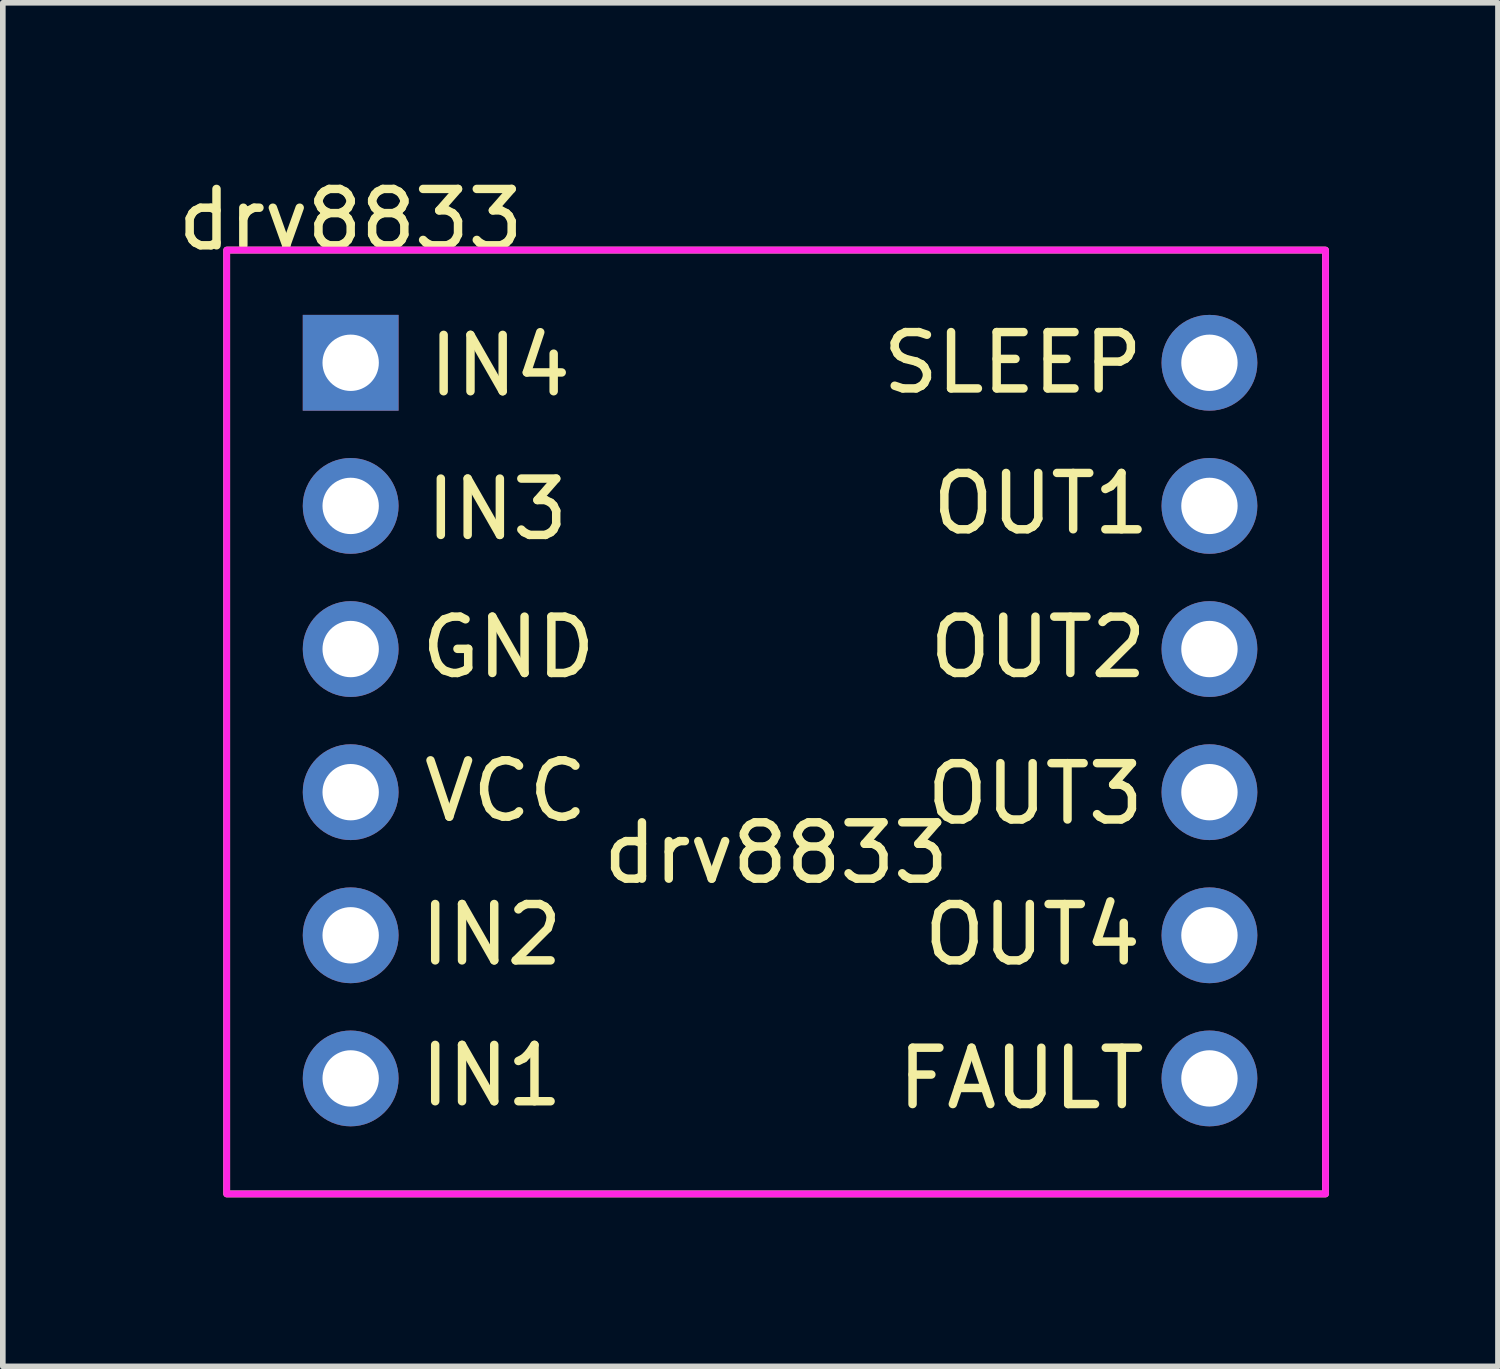
<source format=kicad_pcb>
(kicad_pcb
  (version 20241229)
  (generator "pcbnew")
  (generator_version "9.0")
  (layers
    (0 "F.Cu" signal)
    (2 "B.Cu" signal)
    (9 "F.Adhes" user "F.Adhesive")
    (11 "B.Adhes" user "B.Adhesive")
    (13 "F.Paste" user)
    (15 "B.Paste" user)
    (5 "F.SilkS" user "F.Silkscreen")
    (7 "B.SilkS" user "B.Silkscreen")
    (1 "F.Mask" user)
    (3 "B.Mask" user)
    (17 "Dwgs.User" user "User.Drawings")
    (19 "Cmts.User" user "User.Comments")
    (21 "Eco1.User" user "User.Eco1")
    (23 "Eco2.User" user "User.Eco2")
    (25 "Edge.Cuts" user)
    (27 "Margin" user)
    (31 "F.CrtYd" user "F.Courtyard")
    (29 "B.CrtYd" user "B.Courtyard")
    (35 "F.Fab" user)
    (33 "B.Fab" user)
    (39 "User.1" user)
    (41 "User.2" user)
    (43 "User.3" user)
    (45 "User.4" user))
  (footprint "drv8833"
    (layer "F.Cu")
    (at 3.173 3.388)
    (property "Reference" "drv8833" (at 0 -2.54 0) (unlocked yes) (layer "F.SilkS") (effects (font (size 1 1) (thickness 0.15))))
    (attr through_hole)
    (fp_rect (start -2.2 -2) (end 17.3 14.75) (stroke (width 0.12) (type solid)) (fill no) (layer "F.SilkS"))
    (fp_rect (start -2.2 -2) (end 17.3 14.75) (stroke (width 0.12) (type solid)) (fill no) (layer "F.CrtYd"))
    (fp_text user "OUT2" (at 12.2 5.05 0) (unlocked yes) (layer "F.SilkS") (effects (font (size 1 1) (thickness 0.15))))
    (fp_text user "OUT3" (at 12.15 7.65 0) (unlocked yes) (layer "F.SilkS") (effects (font (size 1 1) (thickness 0.15))))
    (fp_text user "SLEEP" (at 11.75 0 0) (unlocked yes) (layer "F.SilkS") (effects (font (size 1 1) (thickness 0.15))))
    (fp_text user "IN4" (at 2.65 0.05 0) (unlocked yes) (layer "F.SilkS") (effects (font (size 1 1) (thickness 0.15))))
    (fp_text user "IN2" (at 2.5 10.15 0) (unlocked yes) (layer "F.SilkS") (effects (font (size 1 1) (thickness 0.15))))
    (fp_text user "FAULT" (at 11.9 12.7 0) (unlocked yes) (layer "F.SilkS") (effects (font (size 1 1) (thickness 0.15))))
    (fp_text user "IN3" (at 2.6 2.6 0) (unlocked yes) (layer "F.SilkS") (effects (font (size 1 1) (thickness 0.15))))
    (fp_text user "GND" (at 2.8 5.05 0) (unlocked yes) (layer "F.SilkS") (effects (font (size 1 1) (thickness 0.15))))
    (fp_text user "drv8833" (at 7.55 8.7 0) (unlocked yes) (layer "F.SilkS") (effects (font (size 1 1) (thickness 0.15))))
    (fp_text user "IN1" (at 2.5 12.65 0) (unlocked yes) (layer "F.SilkS") (effects (font (size 1 1) (thickness 0.15))))
    (fp_text user "OUT1" (at 12.25 2.5 0) (unlocked yes) (layer "F.SilkS") (effects (font (size 1 1) (thickness 0.15))))
    (fp_text user "VCC" (at 2.75 7.6 0) (unlocked yes) (layer "F.SilkS") (effects (font (size 1 1) (thickness 0.15))))
    (fp_text user "OUT4" (at 12.1 10.15 0) (unlocked yes) (layer "F.SilkS") (effects (font (size 1 1) (thickness 0.15))))
    (pad "1" thru_hole rect (at 0 0) (size 1.7 1.7) (drill 1) (layers "*.Cu" "*.Mask"))
    (pad "2" thru_hole oval (at 0 2.54) (size 1.7 1.7) (drill 1) (layers "*.Cu" "*.Mask"))
    (pad "3" thru_hole oval (at 0 5.08) (size 1.7 1.7) (drill 1) (layers "*.Cu" "*.Mask"))
    (pad "4" thru_hole oval (at 0 7.62) (size 1.7 1.7) (drill 1) (layers "*.Cu" "*.Mask"))
    (pad "5" thru_hole oval (at 0 10.16) (size 1.7 1.7) (drill 1) (layers "*.Cu" "*.Mask"))
    (pad "6" thru_hole oval (at 0 12.7) (size 1.7 1.7) (drill 1) (layers "*.Cu" "*.Mask"))
    (pad "7" thru_hole oval (at 15.24 12.7) (size 1.7 1.7) (drill 1) (layers "*.Cu" "*.Mask"))
    (pad "8" thru_hole oval (at 15.24 10.16) (size 1.7 1.7) (drill 1) (layers "*.Cu" "*.Mask"))
    (pad "9" thru_hole oval (at 15.24 7.62) (size 1.7 1.7) (drill 1) (layers "*.Cu" "*.Mask"))
    (pad "10" thru_hole oval (at 15.24 5.08) (size 1.7 1.7) (drill 1) (layers "*.Cu" "*.Mask"))
    (pad "11" thru_hole oval (at 15.24 2.54) (size 1.7 1.7) (drill 1) (layers "*.Cu" "*.Mask"))
    (pad "12" thru_hole oval (at 15.24 0) (size 1.7 1.7) (drill 1) (layers "*.Cu" "*.Mask")))
  (gr_rect
    (start -3 -3)
    (end 23.533 21.198)
    (stroke (width 0.1) (type default))
    (fill no)
    (layer "Edge.Cuts")))
</source>
